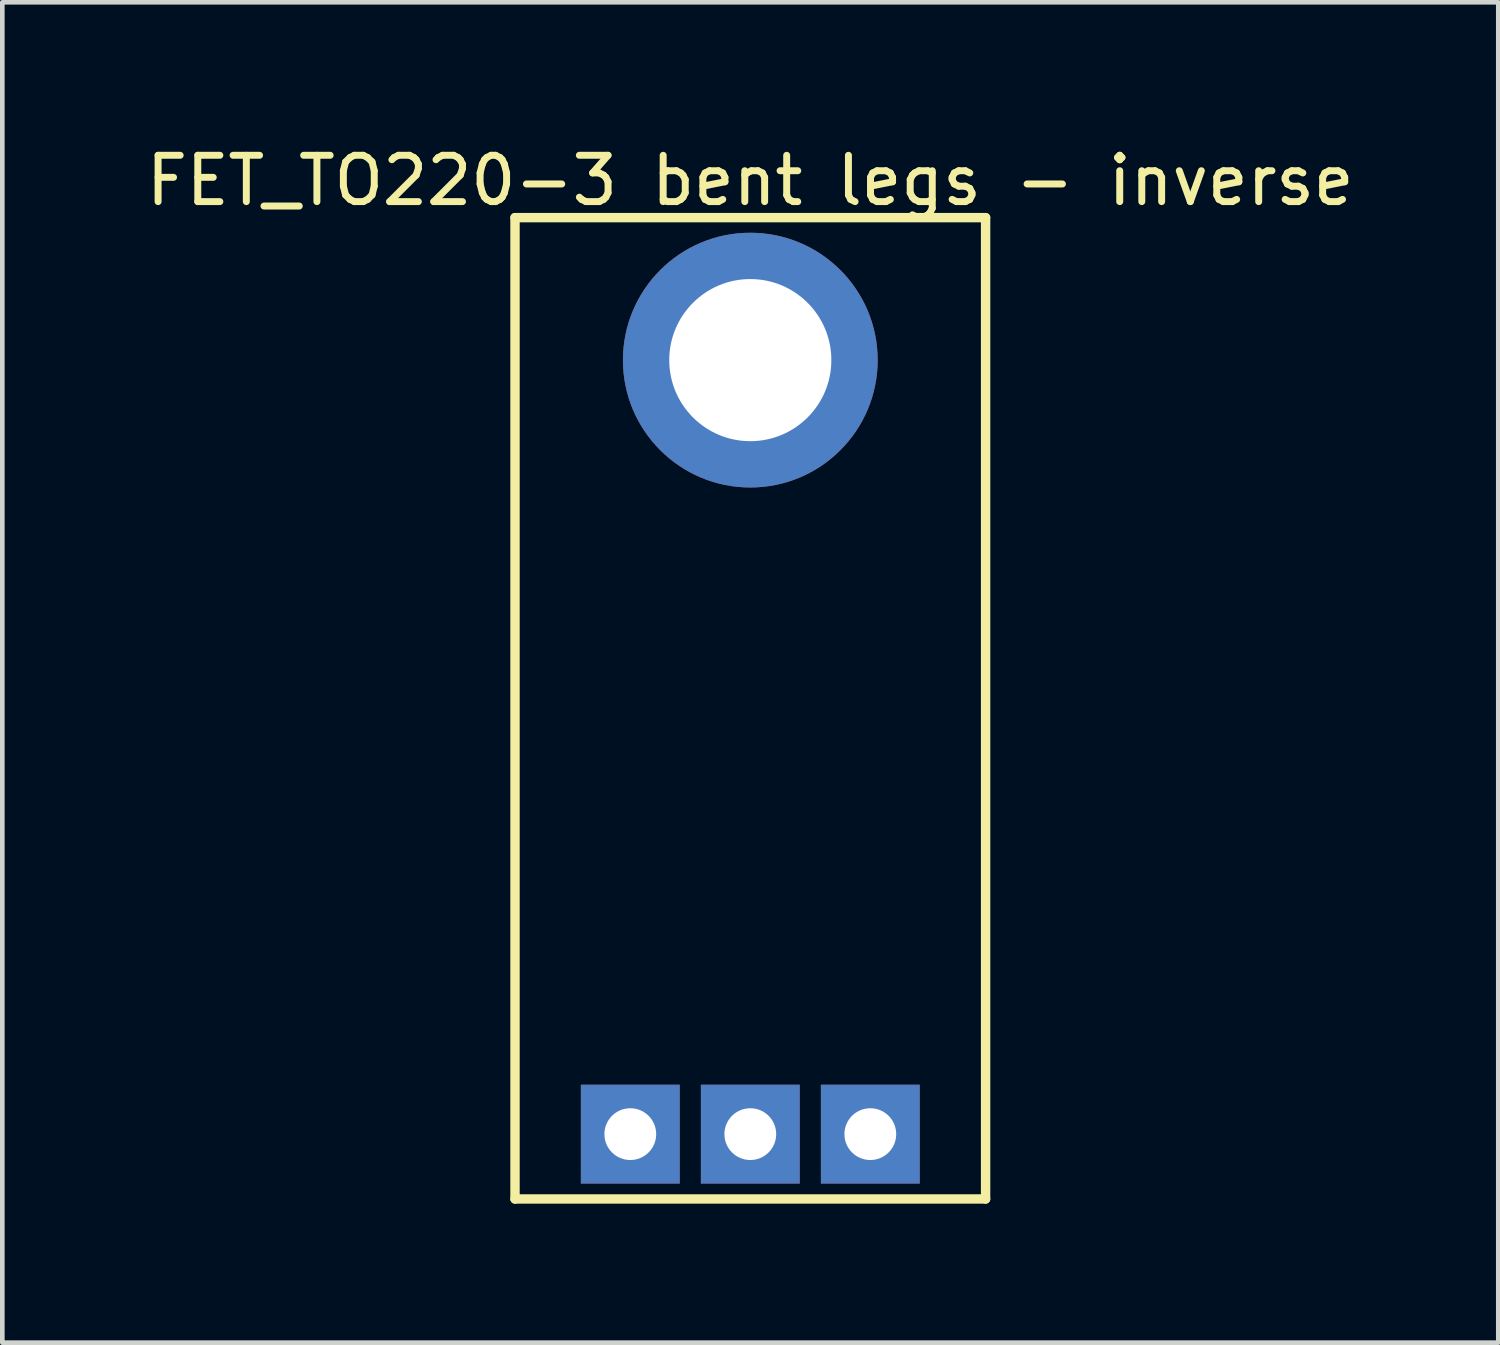
<source format=kicad_pcb>
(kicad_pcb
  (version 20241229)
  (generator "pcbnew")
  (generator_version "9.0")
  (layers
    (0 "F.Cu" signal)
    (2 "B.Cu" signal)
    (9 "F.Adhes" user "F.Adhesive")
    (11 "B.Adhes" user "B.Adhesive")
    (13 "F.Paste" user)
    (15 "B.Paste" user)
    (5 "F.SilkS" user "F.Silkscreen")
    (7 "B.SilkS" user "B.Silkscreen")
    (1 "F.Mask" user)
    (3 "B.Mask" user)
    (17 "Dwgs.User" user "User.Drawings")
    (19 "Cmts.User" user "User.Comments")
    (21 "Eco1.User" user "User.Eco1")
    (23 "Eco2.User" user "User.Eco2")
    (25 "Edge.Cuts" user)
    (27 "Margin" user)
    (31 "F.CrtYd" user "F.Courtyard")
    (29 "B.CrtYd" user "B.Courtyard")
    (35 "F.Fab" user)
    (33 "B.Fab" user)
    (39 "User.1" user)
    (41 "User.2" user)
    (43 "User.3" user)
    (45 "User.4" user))
  (footprint "FET_TO220-3 bent legs - inverse"
    (layer "F.Cu")
    (at 13.149 21.436)
    (property "Reference" "FET_TO220-3 bent legs - inverse" (at 0 -20.588 0) (layer "F.SilkS") (effects (font (size 1 1) (thickness 0.15))))
    (fp_line (start -5.08 -19.787) (end 5.08 -19.787) (stroke (width 0.203) (type solid)) (layer "F.SilkS"))
    (fp_line (start -5.08 1.4) (end -5.08 -19.787) (stroke (width 0.203) (type solid)) (layer "F.SilkS"))
    (fp_line (start -5.08 1.4) (end 5.08 1.4) (stroke (width 0.203) (type solid)) (layer "F.SilkS"))
    (fp_line (start 5.08 1.4) (end 5.08 -19.787) (stroke (width 0.203) (type solid)) (layer "F.SilkS"))
    (pad "" thru_hole circle (at 0 -16.711) (size 5.5 5.5) (drill 3.5) (layers "*.Cu" "*.Mask"))
    (pad "D" thru_hole rect (at 0 0) (size 2.134 2.134) (drill 1.118) (layers "*.Cu" "*.Mask"))
    (pad "G" thru_hole rect (at 2.591 0) (size 2.134 2.134) (drill 1.118) (layers "*.Cu" "*.Mask"))
    (pad "S" thru_hole rect (at -2.591 0) (size 2.134 2.134) (drill 1.118) (layers "*.Cu" "*.Mask")))
  (gr_rect
    (start -3 -3)
    (end 29.298 25.938)
    (stroke (width 0.1) (type default))
    (fill no)
    (layer "Edge.Cuts")))
</source>
